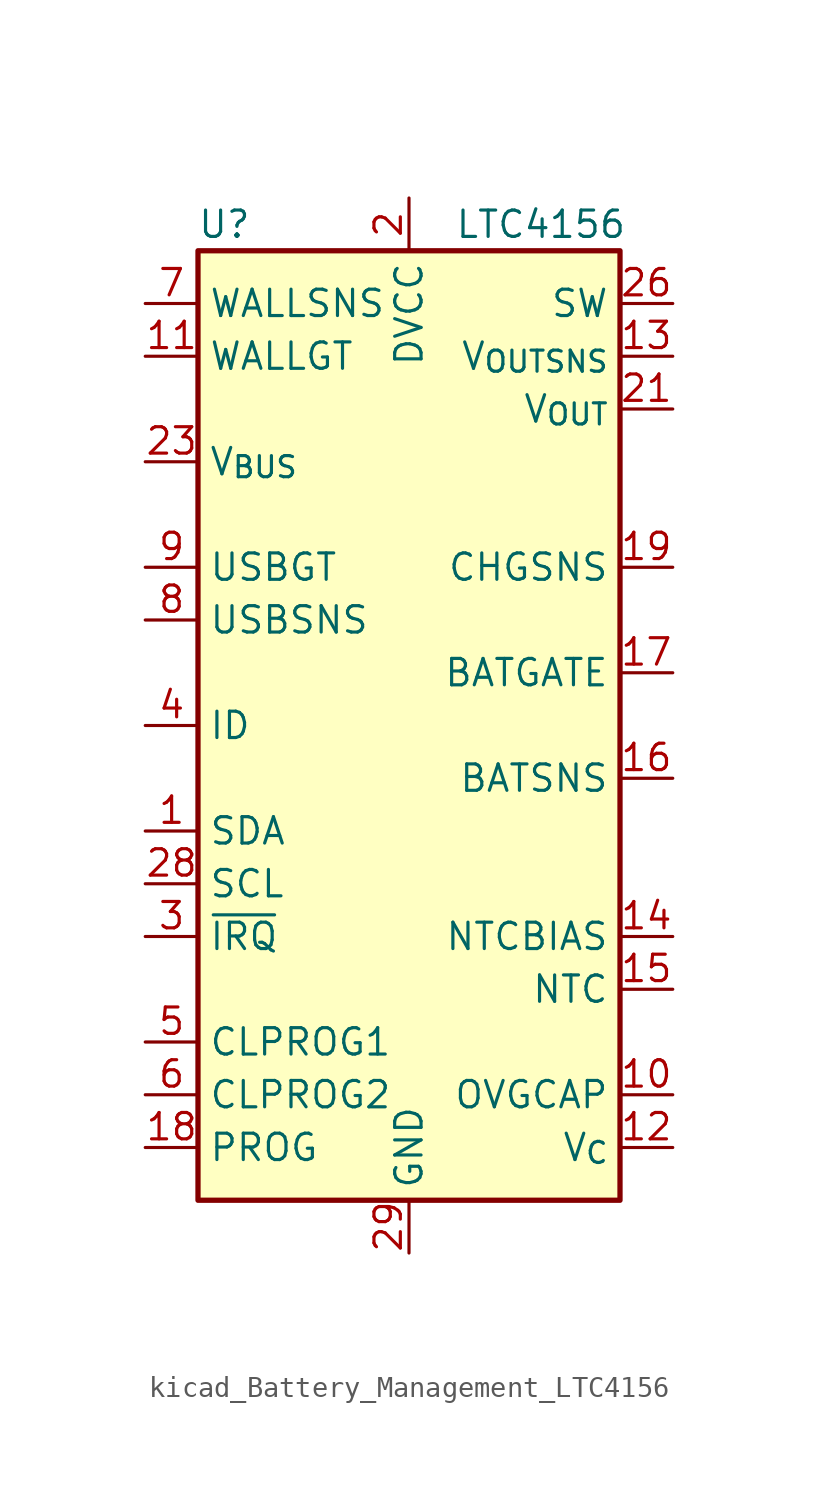
<source format=kicad_sym>
(kicad_symbol_lib
  (version 20220914)
  (generator kicad_symbol_editor)
  (symbol "kicad_Battery_Management_LTC4156"
    (property "Reference" "U"
      (at -8.89 24.13 0)
      (effects (font (size 1.27 1.27))))
    (property "Value" "LTC4156"
      (at 6.35 24.13 0)
      (effects (font (size 1.27 1.27))))
    (symbol "kicad_Battery_Management_LTC4156_0_1"
      (rectangle (start -10.16 22.86) (end 10.16 -22.86) (stroke (width 0.254) (type default)) (fill (type background))))
    (symbol "kicad_Battery_Management_LTC4156_1_1"
      (pin bidirectional line (at -12.7 -5.08 0) (length 2.54) (name "SDA" (effects (font (size 1.27 1.27)))) (number "1" (effects (font (size 1.27 1.27)))))
      (pin passive line (at 12.7 -17.78 180) (length 2.54) (name "OVGCAP" (effects (font (size 1.27 1.27)))) (number "10" (effects (font (size 1.27 1.27)))))
      (pin output line (at -12.7 17.78 0) (length 2.54) (name "WALLGT" (effects (font (size 1.27 1.27)))) (number "11" (effects (font (size 1.27 1.27)))))
      (pin passive line (at 12.7 -20.32 180) (length 2.54) (name "V_{C}" (effects (font (size 1.27 1.27)))) (number "12" (effects (font (size 1.27 1.27)))))
      (pin input line (at 12.7 17.78 180) (length 2.54) (name "V_{OUTSNS}" (effects (font (size 1.27 1.27)))) (number "13" (effects (font (size 1.27 1.27)))))
      (pin output line (at 12.7 -10.16 180) (length 2.54) (name "NTCBIAS" (effects (font (size 1.27 1.27)))) (number "14" (effects (font (size 1.27 1.27)))))
      (pin input line (at 12.7 -12.7 180) (length 2.54) (name "NTC" (effects (font (size 1.27 1.27)))) (number "15" (effects (font (size 1.27 1.27)))))
      (pin input line (at 12.7 -2.54 180) (length 2.54) (name "BATSNS" (effects (font (size 1.27 1.27)))) (number "16" (effects (font (size 1.27 1.27)))))
      (pin output line (at 12.7 2.54 180) (length 2.54) (name "BATGATE" (effects (font (size 1.27 1.27)))) (number "17" (effects (font (size 1.27 1.27)))))
      (pin passive line (at -12.7 -20.32 0) (length 2.54) (name "PROG" (effects (font (size 1.27 1.27)))) (number "18" (effects (font (size 1.27 1.27)))))
      (pin passive line (at 12.7 7.62 180) (length 2.54) (name "CHGSNS" (effects (font (size 1.27 1.27)))) (number "19" (effects (font (size 1.27 1.27)))))
      (pin power_in line (at 0 25.4 270) (length 2.54) (name "DVCC" (effects (font (size 1.27 1.27)))) (number "2" (effects (font (size 1.27 1.27)))))
      (pin passive line (at 12.7 7.62 180) (length 2.54) hide (name "CHGSNS" (effects (font (size 1.27 1.27)))) (number "20" (effects (font (size 1.27 1.27)))))
      (pin passive line (at 12.7 15.24 180) (length 2.54) (name "V_{OUT}" (effects (font (size 1.27 1.27)))) (number "21" (effects (font (size 1.27 1.27)))))
      (pin passive line (at 12.7 15.24 180) (length 2.54) hide (name "V_{OUT}" (effects (font (size 1.27 1.27)))) (number "22" (effects (font (size 1.27 1.27)))))
      (pin passive line (at -12.7 12.7 0) (length 2.54) (name "V_{BUS}" (effects (font (size 1.27 1.27)))) (number "23" (effects (font (size 1.27 1.27)))))
      (pin passive line (at -12.7 12.7 0) (length 2.54) hide (name "V_{BUS}" (effects (font (size 1.27 1.27)))) (number "24" (effects (font (size 1.27 1.27)))))
      (pin passive line (at -12.7 12.7 0) (length 2.54) hide (name "V_{BUS}" (effects (font (size 1.27 1.27)))) (number "25" (effects (font (size 1.27 1.27)))))
      (pin passive line (at 12.7 20.32 180) (length 2.54) (name "SW" (effects (font (size 1.27 1.27)))) (number "26" (effects (font (size 1.27 1.27)))))
      (pin passive line (at 12.7 20.32 180) (length 2.54) hide (name "SW" (effects (font (size 1.27 1.27)))) (number "27" (effects (font (size 1.27 1.27)))))
      (pin input line (at -12.7 -7.62 0) (length 2.54) (name "SCL" (effects (font (size 1.27 1.27)))) (number "28" (effects (font (size 1.27 1.27)))))
      (pin power_in line (at 0 -25.4 90) (length 2.54) (name "GND" (effects (font (size 1.27 1.27)))) (number "29" (effects (font (size 1.27 1.27)))))
      (pin open_collector line (at -12.7 -10.16 0) (length 2.54) (name "~{IRQ}" (effects (font (size 1.27 1.27)))) (number "3" (effects (font (size 1.27 1.27)))))
      (pin input line (at -12.7 0 0) (length 2.54) (name "ID" (effects (font (size 1.27 1.27)))) (number "4" (effects (font (size 1.27 1.27)))))
      (pin passive line (at -12.7 -15.24 0) (length 2.54) (name "CLPROG1" (effects (font (size 1.27 1.27)))) (number "5" (effects (font (size 1.27 1.27)))))
      (pin passive line (at -12.7 -17.78 0) (length 2.54) (name "CLPROG2" (effects (font (size 1.27 1.27)))) (number "6" (effects (font (size 1.27 1.27)))))
      (pin input line (at -12.7 20.32 0) (length 2.54) (name "WALLSNS" (effects (font (size 1.27 1.27)))) (number "7" (effects (font (size 1.27 1.27)))))
      (pin input line (at -12.7 5.08 0) (length 2.54) (name "USBSNS" (effects (font (size 1.27 1.27)))) (number "8" (effects (font (size 1.27 1.27)))))
      (pin output line (at -12.7 7.62 0) (length 2.54) (name "USBGT" (effects (font (size 1.27 1.27)))) (number "9" (effects (font (size 1.27 1.27))))))))
</source>
